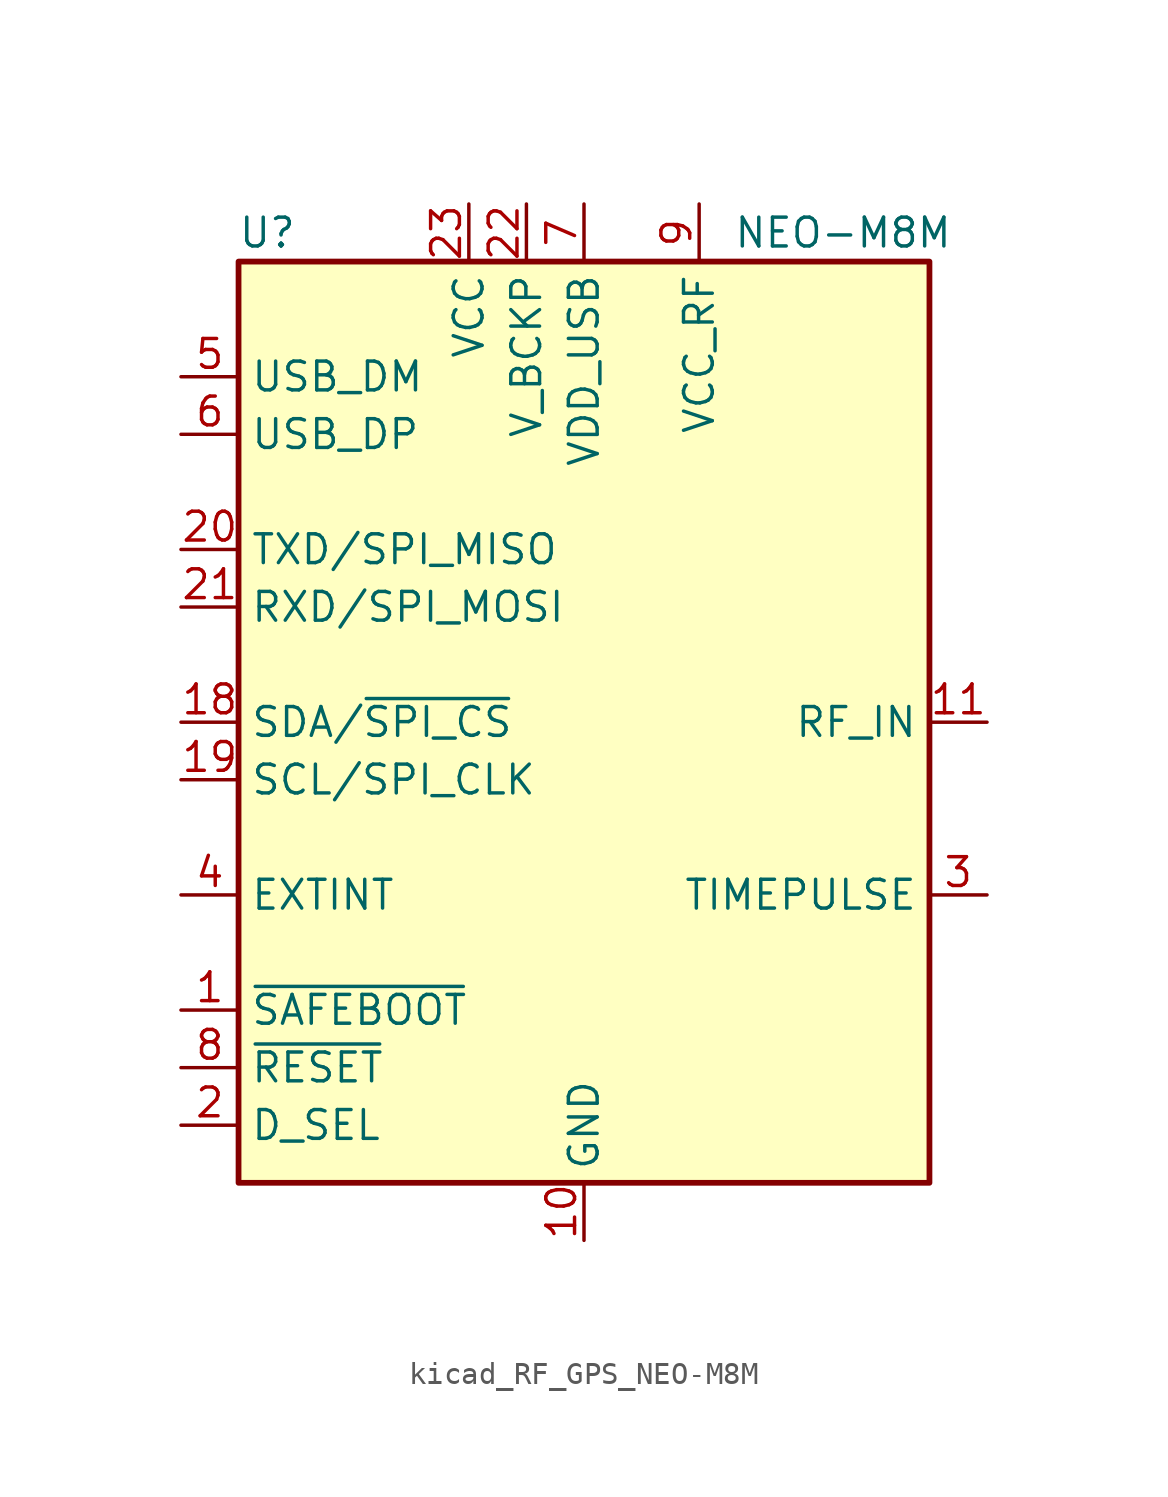
<source format=kicad_sym>
(kicad_symbol_lib
  (version 20220914)
  (generator kicad_symbol_editor)
  (symbol "kicad_RF_GPS_NEO-M8M"
    (property "Reference" "U"
      (at -13.97 21.59 0)
      (effects (font (size 1.27 1.27))))
    (property "Value" "NEO-M8M"
      (at 11.43 21.59 0)
      (effects (font (size 1.27 1.27))))
    (symbol "kicad_RF_GPS_NEO-M8M_0_1"
      (rectangle (start -15.24 20.32) (end 15.24 -20.32) (stroke (width 0.254) (type default)) (fill (type background))))
    (symbol "kicad_RF_GPS_NEO-M8M_1_1"
      (pin input line (at -17.78 -12.7 0) (length 2.54) (name "~{SAFEBOOT}" (effects (font (size 1.27 1.27)))) (number "1" (effects (font (size 1.27 1.27)))))
      (pin power_in line (at 0 -22.86 90) (length 2.54) (name "GND" (effects (font (size 1.27 1.27)))) (number "10" (effects (font (size 1.27 1.27)))))
      (pin input line (at 17.78 0 180) (length 2.54) (name "RF_IN" (effects (font (size 1.27 1.27)))) (number "11" (effects (font (size 1.27 1.27)))))
      (pin passive line (at 0 -22.86 90) (length 2.54) hide (name "GND" (effects (font (size 1.27 1.27)))) (number "12" (effects (font (size 1.27 1.27)))))
      (pin passive line (at 0 -22.86 90) (length 2.54) hide (name "GND" (effects (font (size 1.27 1.27)))) (number "13" (effects (font (size 1.27 1.27)))))
      (pin no_connect line (at 15.24 -10.16 180) (length 2.54) hide (name "RESERVED" (effects (font (size 1.27 1.27)))) (number "14" (effects (font (size 1.27 1.27)))))
      (pin no_connect line (at 15.24 -12.7 180) (length 2.54) hide (name "RESERVED" (effects (font (size 1.27 1.27)))) (number "15" (effects (font (size 1.27 1.27)))))
      (pin no_connect line (at 15.24 -15.24 180) (length 2.54) hide (name "RESERVED" (effects (font (size 1.27 1.27)))) (number "16" (effects (font (size 1.27 1.27)))))
      (pin no_connect line (at 15.24 -17.78 180) (length 2.54) hide (name "RESERVED" (effects (font (size 1.27 1.27)))) (number "17" (effects (font (size 1.27 1.27)))))
      (pin bidirectional line (at -17.78 0 0) (length 2.54) (name "SDA/~{SPI_CS}" (effects (font (size 1.27 1.27)))) (number "18" (effects (font (size 1.27 1.27)))))
      (pin input line (at -17.78 -2.54 0) (length 2.54) (name "SCL/SPI_CLK" (effects (font (size 1.27 1.27)))) (number "19" (effects (font (size 1.27 1.27)))))
      (pin input line (at -17.78 -17.78 0) (length 2.54) (name "D_SEL" (effects (font (size 1.27 1.27)))) (number "2" (effects (font (size 1.27 1.27)))))
      (pin output line (at -17.78 7.62 0) (length 2.54) (name "TXD/SPI_MISO" (effects (font (size 1.27 1.27)))) (number "20" (effects (font (size 1.27 1.27)))))
      (pin input line (at -17.78 5.08 0) (length 2.54) (name "RXD/SPI_MOSI" (effects (font (size 1.27 1.27)))) (number "21" (effects (font (size 1.27 1.27)))))
      (pin power_in line (at -2.54 22.86 270) (length 2.54) (name "V_BCKP" (effects (font (size 1.27 1.27)))) (number "22" (effects (font (size 1.27 1.27)))))
      (pin power_in line (at -5.08 22.86 270) (length 2.54) (name "VCC" (effects (font (size 1.27 1.27)))) (number "23" (effects (font (size 1.27 1.27)))))
      (pin passive line (at 0 -22.86 90) (length 2.54) hide (name "GND" (effects (font (size 1.27 1.27)))) (number "24" (effects (font (size 1.27 1.27)))))
      (pin output line (at 17.78 -7.62 180) (length 2.54) (name "TIMEPULSE" (effects (font (size 1.27 1.27)))) (number "3" (effects (font (size 1.27 1.27)))))
      (pin input line (at -17.78 -7.62 0) (length 2.54) (name "EXTINT" (effects (font (size 1.27 1.27)))) (number "4" (effects (font (size 1.27 1.27)))))
      (pin bidirectional line (at -17.78 15.24 0) (length 2.54) (name "USB_DM" (effects (font (size 1.27 1.27)))) (number "5" (effects (font (size 1.27 1.27)))))
      (pin bidirectional line (at -17.78 12.7 0) (length 2.54) (name "USB_DP" (effects (font (size 1.27 1.27)))) (number "6" (effects (font (size 1.27 1.27)))))
      (pin power_in line (at 0 22.86 270) (length 2.54) (name "VDD_USB" (effects (font (size 1.27 1.27)))) (number "7" (effects (font (size 1.27 1.27)))))
      (pin input line (at -17.78 -15.24 0) (length 2.54) (name "~{RESET}" (effects (font (size 1.27 1.27)))) (number "8" (effects (font (size 1.27 1.27)))))
      (pin power_out line (at 5.08 22.86 270) (length 2.54) (name "VCC_RF" (effects (font (size 1.27 1.27)))) (number "9" (effects (font (size 1.27 1.27))))))))
</source>
